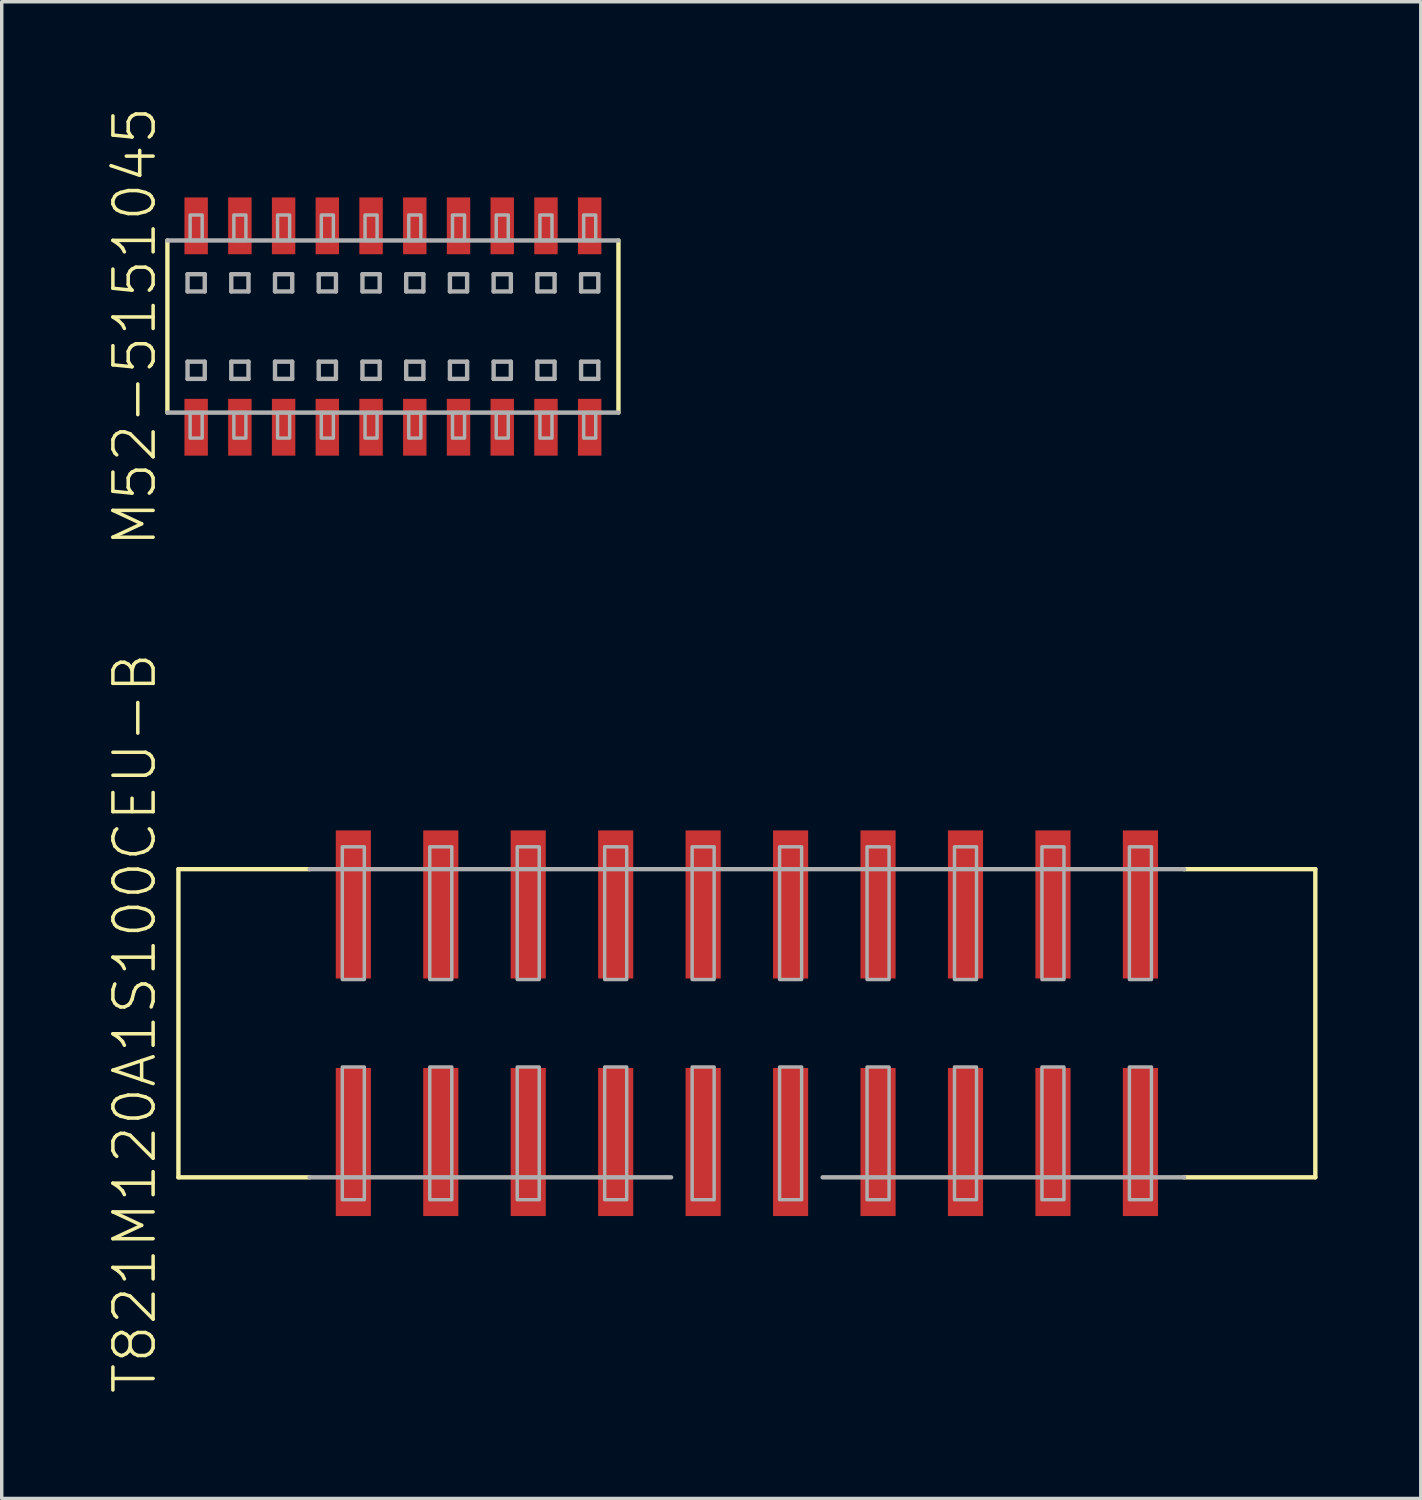
<source format=kicad_pcb>
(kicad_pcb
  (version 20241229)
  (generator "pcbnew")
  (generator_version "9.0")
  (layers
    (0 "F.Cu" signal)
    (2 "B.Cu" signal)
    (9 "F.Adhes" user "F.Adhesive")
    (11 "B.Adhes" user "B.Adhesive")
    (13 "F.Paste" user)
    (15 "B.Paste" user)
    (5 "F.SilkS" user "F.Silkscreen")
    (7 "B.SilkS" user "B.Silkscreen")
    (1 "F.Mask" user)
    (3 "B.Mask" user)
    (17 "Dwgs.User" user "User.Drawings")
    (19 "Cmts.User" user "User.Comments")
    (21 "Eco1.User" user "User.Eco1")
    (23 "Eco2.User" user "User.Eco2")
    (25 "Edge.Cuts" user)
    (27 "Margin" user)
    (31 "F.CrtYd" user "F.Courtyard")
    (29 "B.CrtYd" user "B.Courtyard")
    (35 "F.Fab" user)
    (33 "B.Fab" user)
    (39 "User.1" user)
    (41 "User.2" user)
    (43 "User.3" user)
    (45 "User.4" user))
  (footprint "M52-5151045"
    (layer "F.Cu")
    (at 8.362 6.434)
    (property "Reference" "M52-5151045" (at -7.5 0 90) (layer "F.SilkS") (effects (font (size 1.168 1.168) (thickness 0.102))))
    (fp_line (start -6.55 2.5) (end -6.55 -2.5) (stroke (width 0.127) (type solid)) (layer "F.SilkS"))
    (fp_line (start 6.55 -2.5) (end 6.55 2.5) (stroke (width 0.127) (type solid)) (layer "F.SilkS"))
    (fp_line (start -6.55 -2.5) (end 6.55 -2.5) (stroke (width 0.127) (type solid)) (layer "F.Fab"))
    (fp_line (start -5.965 -1.52) (end -5.465 -1.52) (stroke (width 0.127) (type solid)) (layer "F.Fab"))
    (fp_line (start -5.965 -1.02) (end -5.965 -1.52) (stroke (width 0.127) (type solid)) (layer "F.Fab"))
    (fp_line (start -5.965 1.02) (end -5.465 1.02) (stroke (width 0.127) (type solid)) (layer "F.Fab"))
    (fp_line (start -5.965 1.52) (end -5.965 1.02) (stroke (width 0.127) (type solid)) (layer "F.Fab"))
    (fp_line (start -5.465 -1.52) (end -5.465 -1.02) (stroke (width 0.127) (type solid)) (layer "F.Fab"))
    (fp_line (start -5.465 -1.02) (end -5.965 -1.02) (stroke (width 0.127) (type solid)) (layer "F.Fab"))
    (fp_line (start -5.465 1.02) (end -5.465 1.52) (stroke (width 0.127) (type solid)) (layer "F.Fab"))
    (fp_line (start -5.465 1.52) (end -5.965 1.52) (stroke (width 0.127) (type solid)) (layer "F.Fab"))
    (fp_line (start -4.695 -1.52) (end -4.195 -1.52) (stroke (width 0.127) (type solid)) (layer "F.Fab"))
    (fp_line (start -4.695 -1.02) (end -4.695 -1.52) (stroke (width 0.127) (type solid)) (layer "F.Fab"))
    (fp_line (start -4.695 1.02) (end -4.195 1.02) (stroke (width 0.127) (type solid)) (layer "F.Fab"))
    (fp_line (start -4.695 1.52) (end -4.695 1.02) (stroke (width 0.127) (type solid)) (layer "F.Fab"))
    (fp_line (start -4.195 -1.52) (end -4.195 -1.02) (stroke (width 0.127) (type solid)) (layer "F.Fab"))
    (fp_line (start -4.195 -1.02) (end -4.695 -1.02) (stroke (width 0.127) (type solid)) (layer "F.Fab"))
    (fp_line (start -4.195 1.02) (end -4.195 1.52) (stroke (width 0.127) (type solid)) (layer "F.Fab"))
    (fp_line (start -4.195 1.52) (end -4.695 1.52) (stroke (width 0.127) (type solid)) (layer "F.Fab"))
    (fp_line (start -3.425 -1.52) (end -2.925 -1.52) (stroke (width 0.127) (type solid)) (layer "F.Fab"))
    (fp_line (start -3.425 -1.02) (end -3.425 -1.52) (stroke (width 0.127) (type solid)) (layer "F.Fab"))
    (fp_line (start -3.425 1.02) (end -2.925 1.02) (stroke (width 0.127) (type solid)) (layer "F.Fab"))
    (fp_line (start -3.425 1.52) (end -3.425 1.02) (stroke (width 0.127) (type solid)) (layer "F.Fab"))
    (fp_line (start -2.925 -1.52) (end -2.925 -1.02) (stroke (width 0.127) (type solid)) (layer "F.Fab"))
    (fp_line (start -2.925 -1.02) (end -3.425 -1.02) (stroke (width 0.127) (type solid)) (layer "F.Fab"))
    (fp_line (start -2.925 1.02) (end -2.925 1.52) (stroke (width 0.127) (type solid)) (layer "F.Fab"))
    (fp_line (start -2.925 1.52) (end -3.425 1.52) (stroke (width 0.127) (type solid)) (layer "F.Fab"))
    (fp_line (start -2.155 -1.52) (end -1.655 -1.52) (stroke (width 0.127) (type solid)) (layer "F.Fab"))
    (fp_line (start -2.155 -1.02) (end -2.155 -1.52) (stroke (width 0.127) (type solid)) (layer "F.Fab"))
    (fp_line (start -2.155 1.02) (end -1.655 1.02) (stroke (width 0.127) (type solid)) (layer "F.Fab"))
    (fp_line (start -2.155 1.52) (end -2.155 1.02) (stroke (width 0.127) (type solid)) (layer "F.Fab"))
    (fp_line (start -1.655 -1.52) (end -1.655 -1.02) (stroke (width 0.127) (type solid)) (layer "F.Fab"))
    (fp_line (start -1.655 -1.02) (end -2.155 -1.02) (stroke (width 0.127) (type solid)) (layer "F.Fab"))
    (fp_line (start -1.655 1.02) (end -1.655 1.52) (stroke (width 0.127) (type solid)) (layer "F.Fab"))
    (fp_line (start -1.655 1.52) (end -2.155 1.52) (stroke (width 0.127) (type solid)) (layer "F.Fab"))
    (fp_line (start -0.885 -1.52) (end -0.385 -1.52) (stroke (width 0.127) (type solid)) (layer "F.Fab"))
    (fp_line (start -0.885 -1.02) (end -0.885 -1.52) (stroke (width 0.127) (type solid)) (layer "F.Fab"))
    (fp_line (start -0.885 1.02) (end -0.385 1.02) (stroke (width 0.127) (type solid)) (layer "F.Fab"))
    (fp_line (start -0.885 1.52) (end -0.885 1.02) (stroke (width 0.127) (type solid)) (layer "F.Fab"))
    (fp_line (start -0.385 -1.52) (end -0.385 -1.02) (stroke (width 0.127) (type solid)) (layer "F.Fab"))
    (fp_line (start -0.385 -1.02) (end -0.885 -1.02) (stroke (width 0.127) (type solid)) (layer "F.Fab"))
    (fp_line (start -0.385 1.02) (end -0.385 1.52) (stroke (width 0.127) (type solid)) (layer "F.Fab"))
    (fp_line (start -0.385 1.52) (end -0.885 1.52) (stroke (width 0.127) (type solid)) (layer "F.Fab"))
    (fp_line (start 0.385 -1.52) (end 0.885 -1.52) (stroke (width 0.127) (type solid)) (layer "F.Fab"))
    (fp_line (start 0.385 -1.02) (end 0.385 -1.52) (stroke (width 0.127) (type solid)) (layer "F.Fab"))
    (fp_line (start 0.385 1.02) (end 0.885 1.02) (stroke (width 0.127) (type solid)) (layer "F.Fab"))
    (fp_line (start 0.385 1.52) (end 0.385 1.02) (stroke (width 0.127) (type solid)) (layer "F.Fab"))
    (fp_line (start 0.885 -1.52) (end 0.885 -1.02) (stroke (width 0.127) (type solid)) (layer "F.Fab"))
    (fp_line (start 0.885 -1.02) (end 0.385 -1.02) (stroke (width 0.127) (type solid)) (layer "F.Fab"))
    (fp_line (start 0.885 1.02) (end 0.885 1.52) (stroke (width 0.127) (type solid)) (layer "F.Fab"))
    (fp_line (start 0.885 1.52) (end 0.385 1.52) (stroke (width 0.127) (type solid)) (layer "F.Fab"))
    (fp_line (start 1.655 -1.52) (end 2.155 -1.52) (stroke (width 0.127) (type solid)) (layer "F.Fab"))
    (fp_line (start 1.655 -1.02) (end 1.655 -1.52) (stroke (width 0.127) (type solid)) (layer "F.Fab"))
    (fp_line (start 1.655 1.02) (end 2.155 1.02) (stroke (width 0.127) (type solid)) (layer "F.Fab"))
    (fp_line (start 1.655 1.52) (end 1.655 1.02) (stroke (width 0.127) (type solid)) (layer "F.Fab"))
    (fp_line (start 2.155 -1.52) (end 2.155 -1.02) (stroke (width 0.127) (type solid)) (layer "F.Fab"))
    (fp_line (start 2.155 -1.02) (end 1.655 -1.02) (stroke (width 0.127) (type solid)) (layer "F.Fab"))
    (fp_line (start 2.155 1.02) (end 2.155 1.52) (stroke (width 0.127) (type solid)) (layer "F.Fab"))
    (fp_line (start 2.155 1.52) (end 1.655 1.52) (stroke (width 0.127) (type solid)) (layer "F.Fab"))
    (fp_line (start 2.925 -1.52) (end 3.425 -1.52) (stroke (width 0.127) (type solid)) (layer "F.Fab"))
    (fp_line (start 2.925 -1.02) (end 2.925 -1.52) (stroke (width 0.127) (type solid)) (layer "F.Fab"))
    (fp_line (start 2.925 1.02) (end 3.425 1.02) (stroke (width 0.127) (type solid)) (layer "F.Fab"))
    (fp_line (start 2.925 1.52) (end 2.925 1.02) (stroke (width 0.127) (type solid)) (layer "F.Fab"))
    (fp_line (start 3.425 -1.52) (end 3.425 -1.02) (stroke (width 0.127) (type solid)) (layer "F.Fab"))
    (fp_line (start 3.425 -1.02) (end 2.925 -1.02) (stroke (width 0.127) (type solid)) (layer "F.Fab"))
    (fp_line (start 3.425 1.02) (end 3.425 1.52) (stroke (width 0.127) (type solid)) (layer "F.Fab"))
    (fp_line (start 3.425 1.52) (end 2.925 1.52) (stroke (width 0.127) (type solid)) (layer "F.Fab"))
    (fp_line (start 4.195 -1.52) (end 4.695 -1.52) (stroke (width 0.127) (type solid)) (layer "F.Fab"))
    (fp_line (start 4.195 -1.02) (end 4.195 -1.52) (stroke (width 0.127) (type solid)) (layer "F.Fab"))
    (fp_line (start 4.195 1.02) (end 4.695 1.02) (stroke (width 0.127) (type solid)) (layer "F.Fab"))
    (fp_line (start 4.195 1.52) (end 4.195 1.02) (stroke (width 0.127) (type solid)) (layer "F.Fab"))
    (fp_line (start 4.695 -1.52) (end 4.695 -1.02) (stroke (width 0.127) (type solid)) (layer "F.Fab"))
    (fp_line (start 4.695 -1.02) (end 4.195 -1.02) (stroke (width 0.127) (type solid)) (layer "F.Fab"))
    (fp_line (start 4.695 1.02) (end 4.695 1.52) (stroke (width 0.127) (type solid)) (layer "F.Fab"))
    (fp_line (start 4.695 1.52) (end 4.195 1.52) (stroke (width 0.127) (type solid)) (layer "F.Fab"))
    (fp_line (start 5.465 -1.52) (end 5.965 -1.52) (stroke (width 0.127) (type solid)) (layer "F.Fab"))
    (fp_line (start 5.465 -1.02) (end 5.465 -1.52) (stroke (width 0.127) (type solid)) (layer "F.Fab"))
    (fp_line (start 5.465 1.02) (end 5.965 1.02) (stroke (width 0.127) (type solid)) (layer "F.Fab"))
    (fp_line (start 5.465 1.52) (end 5.465 1.02) (stroke (width 0.127) (type solid)) (layer "F.Fab"))
    (fp_line (start 5.965 -1.52) (end 5.965 -1.02) (stroke (width 0.127) (type solid)) (layer "F.Fab"))
    (fp_line (start 5.965 -1.02) (end 5.465 -1.02) (stroke (width 0.127) (type solid)) (layer "F.Fab"))
    (fp_line (start 5.965 1.02) (end 5.965 1.52) (stroke (width 0.127) (type solid)) (layer "F.Fab"))
    (fp_line (start 5.965 1.52) (end 5.465 1.52) (stroke (width 0.127) (type solid)) (layer "F.Fab"))
    (fp_line (start 6.55 2.5) (end -6.55 2.5) (stroke (width 0.127) (type solid)) (layer "F.Fab"))
    (fp_poly (pts (xy -5.89 -2.5) (xy -5.54 -2.5) (xy -5.54 -3.24) (xy -5.89 -3.24)) (stroke (width 0.1) (type default)) (fill no) (layer "F.Fab"))
    (fp_poly (pts (xy -5.89 3.24) (xy -5.54 3.24) (xy -5.54 2.5) (xy -5.89 2.5)) (stroke (width 0.1) (type default)) (fill no) (layer "F.Fab"))
    (fp_poly (pts (xy -4.62 -2.5) (xy -4.27 -2.5) (xy -4.27 -3.24) (xy -4.62 -3.24)) (stroke (width 0.1) (type default)) (fill no) (layer "F.Fab"))
    (fp_poly (pts (xy -4.62 3.24) (xy -4.27 3.24) (xy -4.27 2.5) (xy -4.62 2.5)) (stroke (width 0.1) (type default)) (fill no) (layer "F.Fab"))
    (fp_poly (pts (xy -3.35 -2.5) (xy -3 -2.5) (xy -3 -3.24) (xy -3.35 -3.24)) (stroke (width 0.1) (type default)) (fill no) (layer "F.Fab"))
    (fp_poly (pts (xy -3.35 3.24) (xy -3 3.24) (xy -3 2.5) (xy -3.35 2.5)) (stroke (width 0.1) (type default)) (fill no) (layer "F.Fab"))
    (fp_poly (pts (xy -2.08 -2.5) (xy -1.73 -2.5) (xy -1.73 -3.24) (xy -2.08 -3.24)) (stroke (width 0.1) (type default)) (fill no) (layer "F.Fab"))
    (fp_poly (pts (xy -2.08 3.24) (xy -1.73 3.24) (xy -1.73 2.5) (xy -2.08 2.5)) (stroke (width 0.1) (type default)) (fill no) (layer "F.Fab"))
    (fp_poly (pts (xy -0.81 -2.5) (xy -0.46 -2.5) (xy -0.46 -3.24) (xy -0.81 -3.24)) (stroke (width 0.1) (type default)) (fill no) (layer "F.Fab"))
    (fp_poly (pts (xy -0.81 3.24) (xy -0.46 3.24) (xy -0.46 2.5) (xy -0.81 2.5)) (stroke (width 0.1) (type default)) (fill no) (layer "F.Fab"))
    (fp_poly (pts (xy 0.46 -2.5) (xy 0.81 -2.5) (xy 0.81 -3.24) (xy 0.46 -3.24)) (stroke (width 0.1) (type default)) (fill no) (layer "F.Fab"))
    (fp_poly (pts (xy 0.46 3.24) (xy 0.81 3.24) (xy 0.81 2.5) (xy 0.46 2.5)) (stroke (width 0.1) (type default)) (fill no) (layer "F.Fab"))
    (fp_poly (pts (xy 1.73 -2.5) (xy 2.08 -2.5) (xy 2.08 -3.24) (xy 1.73 -3.24)) (stroke (width 0.1) (type default)) (fill no) (layer "F.Fab"))
    (fp_poly (pts (xy 1.73 3.24) (xy 2.08 3.24) (xy 2.08 2.5) (xy 1.73 2.5)) (stroke (width 0.1) (type default)) (fill no) (layer "F.Fab"))
    (fp_poly (pts (xy 3 -2.5) (xy 3.35 -2.5) (xy 3.35 -3.24) (xy 3 -3.24)) (stroke (width 0.1) (type default)) (fill no) (layer "F.Fab"))
    (fp_poly (pts (xy 3 3.24) (xy 3.35 3.24) (xy 3.35 2.5) (xy 3 2.5)) (stroke (width 0.1) (type default)) (fill no) (layer "F.Fab"))
    (fp_poly (pts (xy 4.27 -2.5) (xy 4.62 -2.5) (xy 4.62 -3.24) (xy 4.27 -3.24)) (stroke (width 0.1) (type default)) (fill no) (layer "F.Fab"))
    (fp_poly (pts (xy 4.27 3.24) (xy 4.62 3.24) (xy 4.62 2.5) (xy 4.27 2.5)) (stroke (width 0.1) (type default)) (fill no) (layer "F.Fab"))
    (fp_poly (pts (xy 5.54 -2.5) (xy 5.89 -2.5) (xy 5.89 -3.24) (xy 5.54 -3.24)) (stroke (width 0.1) (type default)) (fill no) (layer "F.Fab"))
    (fp_poly (pts (xy 5.54 3.24) (xy 5.89 3.24) (xy 5.89 2.5) (xy 5.54 2.5)) (stroke (width 0.1) (type default)) (fill no) (layer "F.Fab"))
    (pad "1" smd rect (at -5.715 -2.925) (size 0.68 1.65) (layers "F.Cu" "F.Mask" "F.Paste"))
    (pad "2" smd rect (at -5.715 2.925) (size 0.68 1.65) (layers "F.Cu" "F.Mask" "F.Paste"))
    (pad "3" smd rect (at -4.445 -2.925) (size 0.68 1.65) (layers "F.Cu" "F.Mask" "F.Paste"))
    (pad "4" smd rect (at -4.445 2.925) (size 0.68 1.65) (layers "F.Cu" "F.Mask" "F.Paste"))
    (pad "5" smd rect (at -3.175 -2.925) (size 0.68 1.65) (layers "F.Cu" "F.Mask" "F.Paste"))
    (pad "6" smd rect (at -3.175 2.925) (size 0.68 1.65) (layers "F.Cu" "F.Mask" "F.Paste"))
    (pad "7" smd rect (at -1.905 -2.925) (size 0.68 1.65) (layers "F.Cu" "F.Mask" "F.Paste"))
    (pad "8" smd rect (at -1.905 2.925) (size 0.68 1.65) (layers "F.Cu" "F.Mask" "F.Paste"))
    (pad "9" smd rect (at -0.635 -2.925) (size 0.68 1.65) (layers "F.Cu" "F.Mask" "F.Paste"))
    (pad "10" smd rect (at -0.635 2.925) (size 0.68 1.65) (layers "F.Cu" "F.Mask" "F.Paste"))
    (pad "11" smd rect (at 0.635 -2.925) (size 0.68 1.65) (layers "F.Cu" "F.Mask" "F.Paste"))
    (pad "12" smd rect (at 0.635 2.925) (size 0.68 1.65) (layers "F.Cu" "F.Mask" "F.Paste"))
    (pad "13" smd rect (at 1.905 -2.925) (size 0.68 1.65) (layers "F.Cu" "F.Mask" "F.Paste"))
    (pad "14" smd rect (at 1.905 2.925) (size 0.68 1.65) (layers "F.Cu" "F.Mask" "F.Paste"))
    (pad "15" smd rect (at 3.175 -2.925) (size 0.68 1.65) (layers "F.Cu" "F.Mask" "F.Paste"))
    (pad "16" smd rect (at 3.175 2.925) (size 0.68 1.65) (layers "F.Cu" "F.Mask" "F.Paste"))
    (pad "17" smd rect (at 4.445 -2.925) (size 0.68 1.65) (layers "F.Cu" "F.Mask" "F.Paste"))
    (pad "18" smd rect (at 4.445 2.925) (size 0.68 1.65) (layers "F.Cu" "F.Mask" "F.Paste"))
    (pad "19" smd rect (at 5.715 -2.925) (size 0.68 1.65) (layers "F.Cu" "F.Mask" "F.Paste"))
    (pad "20" smd rect (at 5.715 2.925) (size 0.68 1.65) (layers "F.Cu" "F.Mask" "F.Paste")))
  (footprint "T821M120A1S100CEU-B"
    (layer "F.Cu")
    (at 18.642 26.669)
    (property "Reference" "T821M120A1S100CEU-B" (at -17.78 0 90) (layer "F.SilkS") (effects (font (size 1.168 1.168) (thickness 0.102))))
    (fp_line (start -16.51 -4.475) (end -12.7 -4.475) (stroke (width 0.127) (type solid)) (layer "F.SilkS"))
    (fp_line (start -16.51 4.475) (end -16.51 -4.475) (stroke (width 0.127) (type solid)) (layer "F.SilkS"))
    (fp_line (start -12.7 4.475) (end -16.51 4.475) (stroke (width 0.127) (type solid)) (layer "F.SilkS"))
    (fp_line (start 12.7 -4.475) (end 16.51 -4.475) (stroke (width 0.127) (type solid)) (layer "F.SilkS"))
    (fp_line (start 16.51 -4.475) (end 16.51 4.475) (stroke (width 0.127) (type solid)) (layer "F.SilkS"))
    (fp_line (start 16.51 4.475) (end 12.7 4.475) (stroke (width 0.127) (type solid)) (layer "F.SilkS"))
    (fp_line (start -12.7 -4.475) (end 12.7 -4.475) (stroke (width 0.127) (type solid)) (layer "F.Fab"))
    (fp_line (start -12.7 4.475) (end -2.2 4.475) (stroke (width 0.127) (type solid)) (layer "F.Fab"))
    (fp_line (start 2.2 4.475) (end 12.7 4.475) (stroke (width 0.127) (type solid)) (layer "F.Fab"))
    (fp_poly (pts (xy -11.75 -1.27) (xy -11.11 -1.27) (xy -11.11 -5.125) (xy -11.75 -5.125)) (stroke (width 0.1) (type default)) (fill no) (layer "F.Fab"))
    (fp_poly (pts (xy -11.75 5.125) (xy -11.11 5.125) (xy -11.11 1.27) (xy -11.75 1.27)) (stroke (width 0.1) (type default)) (fill no) (layer "F.Fab"))
    (fp_poly (pts (xy -9.21 -1.27) (xy -8.57 -1.27) (xy -8.57 -5.125) (xy -9.21 -5.125)) (stroke (width 0.1) (type default)) (fill no) (layer "F.Fab"))
    (fp_poly (pts (xy -9.21 5.125) (xy -8.57 5.125) (xy -8.57 1.27) (xy -9.21 1.27)) (stroke (width 0.1) (type default)) (fill no) (layer "F.Fab"))
    (fp_poly (pts (xy -6.67 -1.27) (xy -6.03 -1.27) (xy -6.03 -5.125) (xy -6.67 -5.125)) (stroke (width 0.1) (type default)) (fill no) (layer "F.Fab"))
    (fp_poly (pts (xy -6.67 5.125) (xy -6.03 5.125) (xy -6.03 1.27) (xy -6.67 1.27)) (stroke (width 0.1) (type default)) (fill no) (layer "F.Fab"))
    (fp_poly (pts (xy -4.13 -1.27) (xy -3.49 -1.27) (xy -3.49 -5.125) (xy -4.13 -5.125)) (stroke (width 0.1) (type default)) (fill no) (layer "F.Fab"))
    (fp_poly (pts (xy -4.13 5.125) (xy -3.49 5.125) (xy -3.49 1.27) (xy -4.13 1.27)) (stroke (width 0.1) (type default)) (fill no) (layer "F.Fab"))
    (fp_poly (pts (xy -1.59 -1.27) (xy -0.95 -1.27) (xy -0.95 -5.125) (xy -1.59 -5.125)) (stroke (width 0.1) (type default)) (fill no) (layer "F.Fab"))
    (fp_poly (pts (xy -1.59 5.125) (xy -0.95 5.125) (xy -0.95 1.27) (xy -1.59 1.27)) (stroke (width 0.1) (type default)) (fill no) (layer "F.Fab"))
    (fp_poly (pts (xy 0.95 -1.27) (xy 1.59 -1.27) (xy 1.59 -5.125) (xy 0.95 -5.125)) (stroke (width 0.1) (type default)) (fill no) (layer "F.Fab"))
    (fp_poly (pts (xy 0.95 5.125) (xy 1.59 5.125) (xy 1.59 1.27) (xy 0.95 1.27)) (stroke (width 0.1) (type default)) (fill no) (layer "F.Fab"))
    (fp_poly (pts (xy 3.49 -1.27) (xy 4.13 -1.27) (xy 4.13 -5.125) (xy 3.49 -5.125)) (stroke (width 0.1) (type default)) (fill no) (layer "F.Fab"))
    (fp_poly (pts (xy 3.49 5.125) (xy 4.13 5.125) (xy 4.13 1.27) (xy 3.49 1.27)) (stroke (width 0.1) (type default)) (fill no) (layer "F.Fab"))
    (fp_poly (pts (xy 6.03 -1.27) (xy 6.67 -1.27) (xy 6.67 -5.125) (xy 6.03 -5.125)) (stroke (width 0.1) (type default)) (fill no) (layer "F.Fab"))
    (fp_poly (pts (xy 6.03 5.125) (xy 6.67 5.125) (xy 6.67 1.27) (xy 6.03 1.27)) (stroke (width 0.1) (type default)) (fill no) (layer "F.Fab"))
    (fp_poly (pts (xy 8.57 -1.27) (xy 9.21 -1.27) (xy 9.21 -5.125) (xy 8.57 -5.125)) (stroke (width 0.1) (type default)) (fill no) (layer "F.Fab"))
    (fp_poly (pts (xy 8.57 5.125) (xy 9.21 5.125) (xy 9.21 1.27) (xy 8.57 1.27)) (stroke (width 0.1) (type default)) (fill no) (layer "F.Fab"))
    (fp_poly (pts (xy 11.11 -1.27) (xy 11.75 -1.27) (xy 11.75 -5.125) (xy 11.11 -5.125)) (stroke (width 0.1) (type default)) (fill no) (layer "F.Fab"))
    (fp_poly (pts (xy 11.11 5.125) (xy 11.75 5.125) (xy 11.75 1.27) (xy 11.11 1.27)) (stroke (width 0.1) (type default)) (fill no) (layer "F.Fab"))
    (pad "1" smd rect (at -11.43 3.45) (size 1.02 4.3) (layers "F.Cu" "F.Mask" "F.Paste"))
    (pad "2" smd rect (at -11.43 -3.45) (size 1.02 4.3) (layers "F.Cu" "F.Mask" "F.Paste"))
    (pad "3" smd rect (at -8.89 3.45) (size 1.02 4.3) (layers "F.Cu" "F.Mask" "F.Paste"))
    (pad "4" smd rect (at -8.89 -3.45) (size 1.02 4.3) (layers "F.Cu" "F.Mask" "F.Paste"))
    (pad "5" smd rect (at -6.35 3.45) (size 1.02 4.3) (layers "F.Cu" "F.Mask" "F.Paste"))
    (pad "6" smd rect (at -6.35 -3.45) (size 1.02 4.3) (layers "F.Cu" "F.Mask" "F.Paste"))
    (pad "7" smd rect (at -3.81 3.45) (size 1.02 4.3) (layers "F.Cu" "F.Mask" "F.Paste"))
    (pad "8" smd rect (at -3.81 -3.45) (size 1.02 4.3) (layers "F.Cu" "F.Mask" "F.Paste"))
    (pad "9" smd rect (at -1.27 3.45) (size 1.02 4.3) (layers "F.Cu" "F.Mask" "F.Paste"))
    (pad "10" smd rect (at -1.27 -3.45) (size 1.02 4.3) (layers "F.Cu" "F.Mask" "F.Paste"))
    (pad "11" smd rect (at 1.27 3.45) (size 1.02 4.3) (layers "F.Cu" "F.Mask" "F.Paste"))
    (pad "12" smd rect (at 1.27 -3.45) (size 1.02 4.3) (layers "F.Cu" "F.Mask" "F.Paste"))
    (pad "13" smd rect (at 3.81 3.45) (size 1.02 4.3) (layers "F.Cu" "F.Mask" "F.Paste"))
    (pad "14" smd rect (at 3.81 -3.45) (size 1.02 4.3) (layers "F.Cu" "F.Mask" "F.Paste"))
    (pad "15" smd rect (at 6.35 3.45) (size 1.02 4.3) (layers "F.Cu" "F.Mask" "F.Paste"))
    (pad "16" smd rect (at 6.35 -3.45) (size 1.02 4.3) (layers "F.Cu" "F.Mask" "F.Paste"))
    (pad "17" smd rect (at 8.89 3.45) (size 1.02 4.3) (layers "F.Cu" "F.Mask" "F.Paste"))
    (pad "18" smd rect (at 8.89 -3.45) (size 1.02 4.3) (layers "F.Cu" "F.Mask" "F.Paste"))
    (pad "19" smd rect (at 11.43 3.45) (size 1.02 4.3) (layers "F.Cu" "F.Mask" "F.Paste"))
    (pad "20" smd rect (at 11.43 -3.45) (size 1.02 4.3) (layers "F.Cu" "F.Mask" "F.Paste")))
  (gr_rect
    (start -3 -3)
    (end 38.215 40.471)
    (stroke (width 0.1) (type default))
    (fill no)
    (layer "Edge.Cuts")))
</source>
